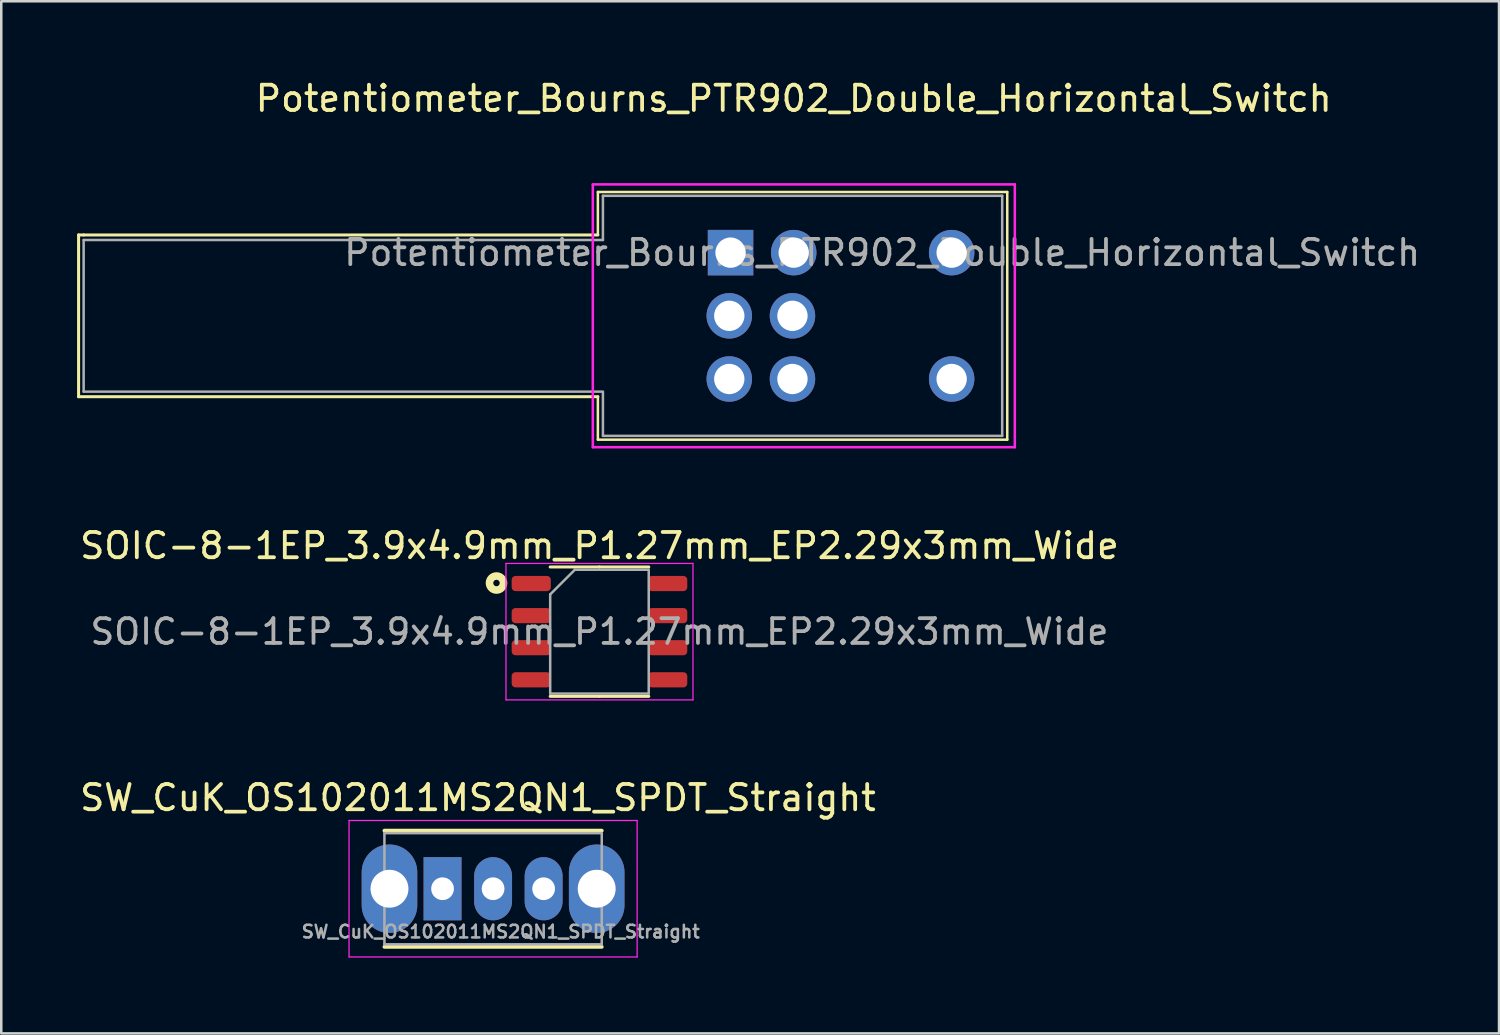
<source format=kicad_pcb>
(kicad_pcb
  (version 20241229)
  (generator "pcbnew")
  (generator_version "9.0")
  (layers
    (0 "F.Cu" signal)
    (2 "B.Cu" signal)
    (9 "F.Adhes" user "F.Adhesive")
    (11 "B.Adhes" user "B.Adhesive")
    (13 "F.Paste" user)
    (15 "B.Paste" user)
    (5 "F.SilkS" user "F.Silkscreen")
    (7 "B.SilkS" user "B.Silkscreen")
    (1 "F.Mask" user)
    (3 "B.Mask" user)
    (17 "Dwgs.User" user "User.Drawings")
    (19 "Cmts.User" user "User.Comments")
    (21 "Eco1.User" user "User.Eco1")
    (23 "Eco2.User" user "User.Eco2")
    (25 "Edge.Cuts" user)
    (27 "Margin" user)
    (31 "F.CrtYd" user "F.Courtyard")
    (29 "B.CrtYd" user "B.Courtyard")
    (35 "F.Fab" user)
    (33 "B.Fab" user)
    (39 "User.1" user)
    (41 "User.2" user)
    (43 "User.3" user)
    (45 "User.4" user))
  (footprint "Potentiometer_Bourns_PTR902_Double_Horizontal_Switch"
    (layer "F.Cu")
    (at 25.86 6.948)
    (property "Reference" "Potentiometer_Bourns_PTR902_Double_Horizontal_Switch" (at 2.5 -6.1 0) (unlocked yes) (layer "F.SilkS") (effects (font (size 1 1) (thickness 0.15))))
    (attr through_hole)
    (fp_line (start -25.8 -0.7) (end -25.8 5.7) (stroke (width 0.12) (type solid)) (layer "F.SilkS"))
    (fp_line (start -25.6 -0.7) (end -25.8 -0.7) (stroke (width 0.12) (type solid)) (layer "F.SilkS"))
    (fp_line (start -5.25 -2.4) (end 10.95 -2.4) (stroke (width 0.1) (type solid)) (layer "F.SilkS"))
    (fp_line (start -5.25 -0.7) (end -25.6 -0.7) (stroke (width 0.12) (type solid)) (layer "F.SilkS"))
    (fp_line (start -5.25 -0.7) (end -5.25 -2.4) (stroke (width 0.1) (type solid)) (layer "F.SilkS"))
    (fp_line (start -5.25 5.7) (end -25.8 5.7) (stroke (width 0.12) (type solid)) (layer "F.SilkS"))
    (fp_line (start -5.25 7.4) (end -5.25 5.7) (stroke (width 0.1) (type solid)) (layer "F.SilkS"))
    (fp_line (start -5.25 7.4) (end 10.95 7.4) (stroke (width 0.1) (type solid)) (layer "F.SilkS"))
    (fp_line (start 10.95 7.4) (end 10.95 -2.4) (stroke (width 0.1) (type solid)) (layer "F.SilkS"))
    (fp_line (start -5.45 -2.7) (end 11.25 -2.7) (stroke (width 0.1) (type solid)) (layer "F.CrtYd"))
    (fp_line (start -5.45 7.7) (end -5.45 -2.7) (stroke (width 0.1) (type solid)) (layer "F.CrtYd"))
    (fp_line (start -5.45 7.7) (end 11.25 7.7) (stroke (width 0.1) (type solid)) (layer "F.CrtYd"))
    (fp_line (start 11.25 7.7) (end 11.25 -2.7) (stroke (width 0.1) (type solid)) (layer "F.CrtYd"))
    (fp_line (start -25.6 -0.5) (end -25.6 5.5) (stroke (width 0.1) (type solid)) (layer "F.Fab"))
    (fp_line (start -25.6 5.5) (end -5.1 5.5) (stroke (width 0.1) (type solid)) (layer "F.Fab"))
    (fp_line (start -5.05 -2.25) (end -5.05 -0.5) (stroke (width 0.1) (type solid)) (layer "F.Fab"))
    (fp_line (start -5.05 -2.25) (end 10.75 -2.25) (stroke (width 0.1) (type solid)) (layer "F.Fab"))
    (fp_line (start -5.05 -0.5) (end -25.6 -0.5) (stroke (width 0.1) (type solid)) (layer "F.Fab"))
    (fp_line (start -5.05 5.5) (end -5.05 7.25) (stroke (width 0.1) (type solid)) (layer "F.Fab"))
    (fp_line (start 10.75 -2.25) (end 10.75 7.25) (stroke (width 0.1) (type solid)) (layer "F.Fab"))
    (fp_line (start 10.75 7.25) (end -5.05 7.25) (stroke (width 0.1) (type solid)) (layer "F.Fab"))
    (fp_text user "${REFERENCE}" (at 6 0 0) (unlocked yes) (layer "F.Fab") (effects (font (size 1 1) (thickness 0.15))))
    (pad "1" thru_hole rect (at 0 0 180) (size 1.8 1.8) (drill 1.2) (layers "*.Cu" "*.Mask"))
    (pad "2" thru_hole circle (at -0.05 2.5 180) (size 1.8 1.8) (drill 1.2) (layers "*.Cu" "*.Mask"))
    (pad "3" thru_hole circle (at -0.05 5 180) (size 1.8 1.8) (drill 1.2) (layers "*.Cu" "*.Mask"))
    (pad "4" thru_hole circle (at 2.5 0 180) (size 1.8 1.8) (drill 1.2) (layers "*.Cu" "*.Mask"))
    (pad "5" thru_hole circle (at 2.45 2.5 180) (size 1.8 1.8) (drill 1.2) (layers "*.Cu" "*.Mask"))
    (pad "6" thru_hole circle (at 2.45 5 180) (size 1.8 1.8) (drill 1.2) (layers "*.Cu" "*.Mask"))
    (pad "7" thru_hole circle (at 8.75 0 180) (size 1.8 1.8) (drill 1.2) (layers "*.Cu" "*.Mask"))
    (pad "8" thru_hole circle (at 8.75 5 180) (size 1.8 1.8) (drill 1.2) (layers "*.Cu" "*.Mask")))
  (footprint "SOIC-8-1EP_3.9x4.9mm_P1.27mm_EP2.29x3mm_Wide"
    (layer "F.Cu")
    (at 20.673 21.947)
    (property "Reference" "SOIC-8-1EP_3.9x4.9mm_P1.27mm_EP2.29x3mm_Wide" (at 0 -3.4 0) (layer "F.SilkS") (effects (font (size 1 1) (thickness 0.15))))
    (attr smd)
    (fp_line (start 0 -2.56) (end -1.95 -2.56) (stroke (width 0.12) (type solid)) (layer "F.SilkS"))
    (fp_line (start 0 -2.56) (end 1.95 -2.56) (stroke (width 0.12) (type solid)) (layer "F.SilkS"))
    (fp_line (start 0 2.56) (end -1.95 2.56) (stroke (width 0.12) (type solid)) (layer "F.SilkS"))
    (fp_line (start 0 2.56) (end 1.95 2.56) (stroke (width 0.12) (type solid)) (layer "F.SilkS"))
    (fp_circle (center -4.075 -1.925) (end -3.95 -1.9) (stroke (width 0.3) (type solid)) (fill no) (layer "F.SilkS"))
    (fp_line (start -3.7 -2.7) (end -3.7 2.7) (stroke (width 0.05) (type solid)) (layer "F.CrtYd"))
    (fp_line (start -3.7 2.7) (end 3.7 2.7) (stroke (width 0.05) (type solid)) (layer "F.CrtYd"))
    (fp_line (start 3.7 -2.7) (end -3.7 -2.7) (stroke (width 0.05) (type solid)) (layer "F.CrtYd"))
    (fp_line (start 3.7 2.7) (end 3.7 -2.7) (stroke (width 0.05) (type solid)) (layer "F.CrtYd"))
    (fp_line (start -1.95 -1.475) (end -0.975 -2.45) (stroke (width 0.1) (type solid)) (layer "F.Fab"))
    (fp_line (start -1.95 2.45) (end -1.95 -1.475) (stroke (width 0.1) (type solid)) (layer "F.Fab"))
    (fp_line (start -0.975 -2.45) (end 1.95 -2.45) (stroke (width 0.1) (type solid)) (layer "F.Fab"))
    (fp_line (start 1.95 -2.45) (end 1.95 2.45) (stroke (width 0.1) (type solid)) (layer "F.Fab"))
    (fp_line (start 1.95 2.45) (end -1.95 2.45) (stroke (width 0.1) (type solid)) (layer "F.Fab"))
    (fp_text user "${REFERENCE}" (at 0 0 0) (layer "F.Fab") (effects (font (size 0.98 0.98) (thickness 0.15))))
    (pad "1" smd roundrect (at -2.7 -1.905) (size 1.55 0.6) (layers "F.Cu" "F.Mask" "F.Paste") (roundrect_rratio 0.25))
    (pad "2" smd roundrect (at -2.7 -0.635) (size 1.55 0.6) (layers "F.Cu" "F.Mask" "F.Paste") (roundrect_rratio 0.25))
    (pad "3" smd roundrect (at -2.7 0.635) (size 1.55 0.6) (layers "F.Cu" "F.Mask" "F.Paste") (roundrect_rratio 0.25))
    (pad "4" smd roundrect (at -2.7 1.905) (size 1.55 0.6) (layers "F.Cu" "F.Mask" "F.Paste") (roundrect_rratio 0.25))
    (pad "5" smd roundrect (at 2.7 1.905) (size 1.55 0.6) (layers "F.Cu" "F.Mask" "F.Paste") (roundrect_rratio 0.25))
    (pad "6" smd roundrect (at 2.7 0.635) (size 1.55 0.6) (layers "F.Cu" "F.Mask" "F.Paste") (roundrect_rratio 0.25))
    (pad "7" smd roundrect (at 2.7 -0.635) (size 1.55 0.6) (layers "F.Cu" "F.Mask" "F.Paste") (roundrect_rratio 0.25))
    (pad "8" smd roundrect (at 2.7 -1.905) (size 1.55 0.6) (layers "F.Cu" "F.Mask" "F.Paste") (roundrect_rratio 0.25)))
  (footprint "SW_CuK_OS102011MS2QN1_SPDT_Straight"
    (layer "F.Cu")
    (at 14.463 32.12)
    (property "Reference" "SW_CuK_OS102011MS2QN1_SPDT_Straight" (at 1.4 -3.6 0) (layer "F.SilkS") (effects (font (size 1 1) (thickness 0.15))))
    (attr through_hole)
    (fp_line (start -2.3 -2.3) (end 6.3 -2.3) (stroke (width 0.15) (type solid)) (layer "F.SilkS"))
    (fp_line (start -2.3 2.3) (end 6.3 2.3) (stroke (width 0.15) (type solid)) (layer "F.SilkS"))
    (fp_line (start -3.7 -2.7) (end 7.7 -2.7) (stroke (width 0.05) (type solid)) (layer "F.CrtYd"))
    (fp_line (start -3.7 2.7) (end -3.7 -2.7) (stroke (width 0.05) (type solid)) (layer "F.CrtYd"))
    (fp_line (start -3.7 2.7) (end 7.7 2.7) (stroke (width 0.05) (type solid)) (layer "F.CrtYd"))
    (fp_line (start 7.7 -2.7) (end 7.7 2.7) (stroke (width 0.05) (type solid)) (layer "F.CrtYd"))
    (fp_line (start -2.3 -2.2) (end -2.3 2.2) (stroke (width 0.1) (type solid)) (layer "F.Fab"))
    (fp_line (start -2.3 -2.2) (end 6.3 -2.2) (stroke (width 0.1) (type solid)) (layer "F.Fab"))
    (fp_line (start -2.3 2.2) (end 6.3 2.2) (stroke (width 0.1) (type solid)) (layer "F.Fab"))
    (fp_line (start 6.3 2.2) (end 6.3 -2.2) (stroke (width 0.1) (type solid)) (layer "F.Fab"))
    (fp_text user "${REFERENCE}" (at 2.3 1.7 0) (layer "F.Fab") (effects (font (size 0.5 0.5) (thickness 0.1))))
    (pad "" thru_hole oval (at -2.1 0) (size 2.2 3.5) (drill 1.5) (layers "*.Cu" "*.Mask"))
    (pad "" thru_hole oval (at 6.1 0) (size 2.2 3.5) (drill 1.5) (layers "*.Cu" "*.Mask"))
    (pad "1" thru_hole rect (at 0 0) (size 1.5 2.5) (drill 0.9) (layers "*.Cu" "*.Mask"))
    (pad "2" thru_hole oval (at 2 0) (size 1.5 2.5) (drill 0.9) (layers "*.Cu" "*.Mask"))
    (pad "3" thru_hole oval (at 4 0) (size 1.5 2.5) (drill 0.9) (layers "*.Cu" "*.Mask")))
  (gr_rect
    (start -3 -3)
    (end 56.271 37.845)
    (stroke (width 0.1) (type default))
    (fill no)
    (layer "Edge.Cuts")))
</source>
